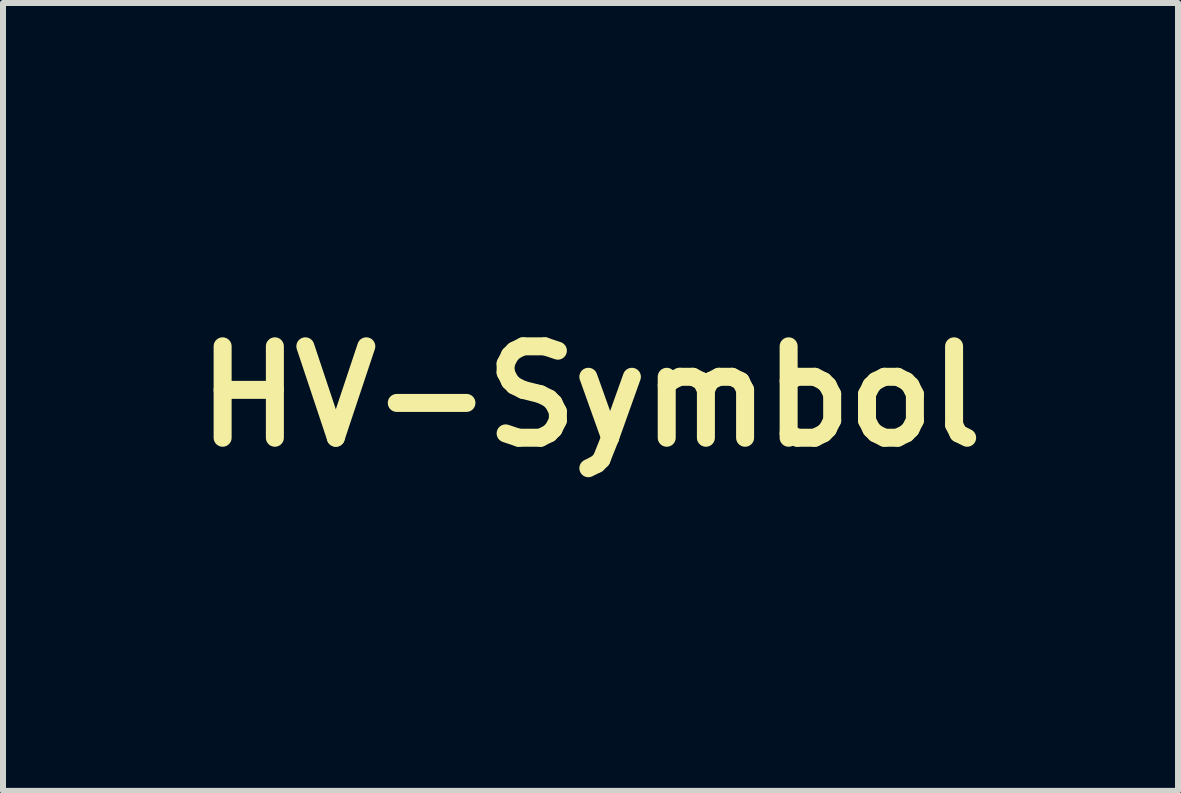
<source format=kicad_pcb>
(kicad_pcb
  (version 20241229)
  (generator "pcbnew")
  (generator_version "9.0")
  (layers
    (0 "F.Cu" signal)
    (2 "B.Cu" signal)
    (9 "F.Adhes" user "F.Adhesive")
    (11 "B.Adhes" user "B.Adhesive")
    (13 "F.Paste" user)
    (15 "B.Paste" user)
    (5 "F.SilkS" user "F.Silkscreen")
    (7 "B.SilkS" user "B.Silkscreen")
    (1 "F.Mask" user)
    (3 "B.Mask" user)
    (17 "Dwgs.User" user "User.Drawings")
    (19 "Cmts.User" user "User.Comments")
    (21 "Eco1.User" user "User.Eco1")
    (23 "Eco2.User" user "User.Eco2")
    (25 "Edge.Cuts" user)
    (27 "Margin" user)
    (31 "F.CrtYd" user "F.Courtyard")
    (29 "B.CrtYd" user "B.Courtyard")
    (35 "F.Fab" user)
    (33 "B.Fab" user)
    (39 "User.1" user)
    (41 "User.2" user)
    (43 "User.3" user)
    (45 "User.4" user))
  (footprint "HV-Symbol"
    (layer "F.Cu")
    (at 6.793 3.557)
    (property "Reference" "HV-Symbol" (at 0 0 0) (layer "F.SilkS") (effects (font (size 1.524 1.524) (thickness 0.3))))
    (attr through_hole)
    (fp_poly (pts (xy 0.068 -1.848) (xy 0.171 -1.846) (xy 0.252 -1.842) (xy 0.306 -1.838) (xy 0.325 -1.832) (xy 0.318 -1.811) (xy 0.298 -1.755) (xy 0.266 -1.668) (xy 0.224 -1.554) (xy 0.172 -1.418) (xy 0.113 -1.261) (xy 0.048 -1.089) (xy -0.022 -0.904) (xy -0.038 -0.862) (xy -0.109 -0.676) (xy -0.175 -0.501) (xy -0.235 -0.341) (xy -0.288 -0.201) (xy -0.331 -0.083) (xy -0.364 0.008) (xy -0.386 0.07) (xy -0.395 0.098) (xy -0.395 0.099) (xy -0.374 0.095) (xy -0.321 0.077) (xy -0.238 0.049) (xy -0.13 0.012) (xy -0.002 -0.033) (xy 0.141 -0.085) (xy 0.244 -0.122) (xy 0.395 -0.177) (xy 0.534 -0.226) (xy 0.656 -0.269) (xy 0.756 -0.303) (xy 0.83 -0.327) (xy 0.874 -0.341) (xy 0.884 -0.342) (xy 0.878 -0.322) (xy 0.856 -0.269) (xy 0.822 -0.184) (xy 0.775 -0.072) (xy 0.717 0.065) (xy 0.65 0.222) (xy 0.575 0.398) (xy 0.493 0.588) (xy 0.406 0.789) (xy 0.4 0.804) (xy -0.094 1.941) (xy 0.107 1.946) (xy 0.191 1.95) (xy 0.256 1.956) (xy 0.295 1.964) (xy 0.301 1.969) (xy 0.287 1.989) (xy 0.251 2.036) (xy 0.198 2.105) (xy 0.131 2.189) (xy 0.055 2.286) (xy -0.028 2.39) (xy -0.112 2.495) (xy -0.195 2.599) (xy -0.272 2.694) (xy -0.34 2.777) (xy -0.394 2.843) (xy -0.431 2.887) (xy -0.447 2.905) (xy -0.447 2.905) (xy -0.453 2.886) (xy -0.467 2.832) (xy -0.486 2.748) (xy -0.509 2.639) (xy -0.537 2.509) (xy -0.567 2.364) (xy -0.577 2.311) (xy -0.608 2.16) (xy -0.637 2.02) (xy -0.662 1.897) (xy -0.683 1.796) (xy -0.698 1.723) (xy -0.707 1.683) (xy -0.708 1.678) (xy -0.701 1.668) (xy -0.67 1.682) (xy -0.611 1.721) (xy -0.553 1.764) (xy -0.483 1.817) (xy -0.427 1.858) (xy -0.39 1.884) (xy -0.379 1.89) (xy -0.37 1.871) (xy -0.349 1.82) (xy -0.317 1.739) (xy -0.277 1.635) (xy -0.231 1.512) (xy -0.179 1.375) (xy -0.124 1.228) (xy -0.068 1.076) (xy -0.012 0.925) (xy 0.042 0.779) (xy 0.092 0.642) (xy 0.136 0.52) (xy 0.173 0.418) (xy 0.2 0.339) (xy 0.216 0.29) (xy 0.22 0.274) (xy 0.199 0.278) (xy 0.145 0.295) (xy 0.063 0.321) (xy -0.043 0.357) (xy -0.167 0.4) (xy -0.305 0.448) (xy -0.326 0.455) (xy -0.465 0.504) (xy -0.591 0.549) (xy -0.699 0.586) (xy -0.784 0.616) (xy -0.842 0.635) (xy -0.866 0.643) (xy -0.867 0.643) (xy -0.864 0.623) (xy -0.854 0.566) (xy -0.839 0.477) (xy -0.818 0.357) (xy -0.792 0.212) (xy -0.762 0.043) (xy -0.728 -0.145) (xy -0.692 -0.349) (xy -0.653 -0.565) (xy -0.648 -0.589) (xy -0.609 -0.807) (xy -0.572 -1.014) (xy -0.538 -1.205) (xy -0.507 -1.377) (xy -0.48 -1.527) (xy -0.458 -1.651) (xy -0.442 -1.745) (xy -0.431 -1.808) (xy -0.427 -1.833) (xy -0.427 -1.834) (xy -0.407 -1.839) (xy -0.354 -1.843) (xy -0.272 -1.846) (xy -0.169 -1.848) (xy -0.051 -1.849) (xy 0.068 -1.848)) (stroke (width 0.01) (type solid)) (fill yes) (layer "F.Mask"))
    (fp_poly (pts (xy 0.137 -3.543) (xy 0.253 -3.496) (xy 0.353 -3.414) (xy 0.364 -3.401) (xy 0.382 -3.375) (xy 0.417 -3.315) (xy 0.471 -3.224) (xy 0.54 -3.105) (xy 0.624 -2.959) (xy 0.722 -2.789) (xy 0.832 -2.597) (xy 0.953 -2.384) (xy 1.084 -2.154) (xy 1.224 -1.909) (xy 1.371 -1.65) (xy 1.525 -1.379) (xy 1.683 -1.1) (xy 1.845 -0.814) (xy 2.009 -0.523) (xy 2.175 -0.23) (xy 2.341 0.063) (xy 2.505 0.355) (xy 2.667 0.642) (xy 2.825 0.923) (xy 2.978 1.196) (xy 3.125 1.457) (xy 3.265 1.706) (xy 3.395 1.94) (xy 3.516 2.157) (xy 3.626 2.354) (xy 3.724 2.529) (xy 3.807 2.681) (xy 3.876 2.806) (xy 3.929 2.903) (xy 3.965 2.97) (xy 3.981 3.004) (xy 3.983 3.007) (xy 4.003 3.144) (xy 3.985 3.27) (xy 3.931 3.382) (xy 3.842 3.475) (xy 3.769 3.522) (xy 3.688 3.566) (xy 0.041 3.57) (xy -0.342 3.57) (xy -0.714 3.57) (xy -1.073 3.57) (xy -1.418 3.57) (xy -1.746 3.569) (xy -2.055 3.569) (xy -2.344 3.568) (xy -2.609 3.567) (xy -2.849 3.566) (xy -3.062 3.565) (xy -3.246 3.564) (xy -3.399 3.563) (xy -3.518 3.561) (xy -3.602 3.56) (xy -3.649 3.558) (xy -3.658 3.557) (xy -3.761 3.514) (xy -3.849 3.455) (xy -3.875 3.431) (xy -3.939 3.334) (xy -3.974 3.218) (xy -3.977 3.145) (xy -3.576 3.145) (xy -3.569 3.148) (xy -3.546 3.151) (xy -3.506 3.154) (xy -3.448 3.156) (xy -3.37 3.158) (xy -3.271 3.16) (xy -3.148 3.162) (xy -3.001 3.164) (xy -2.827 3.165) (xy -2.627 3.166) (xy -2.397 3.167) (xy -2.137 3.168) (xy -1.844 3.169) (xy -1.518 3.169) (xy -1.158 3.17) (xy -0.76 3.17) (xy -0.325 3.17) (xy 0.01 3.17) (xy 0.472 3.17) (xy 0.894 3.17) (xy 1.279 3.169) (xy 1.628 3.169) (xy 1.942 3.169) (xy 2.224 3.168) (xy 2.474 3.167) (xy 2.694 3.166) (xy 2.886 3.165) (xy 3.051 3.163) (xy 3.191 3.162) (xy 3.308 3.16) (xy 3.402 3.158) (xy 3.476 3.156) (xy 3.531 3.153) (xy 3.568 3.15) (xy 3.59 3.147) (xy 3.597 3.144) (xy 3.597 3.144) (xy 3.587 3.124) (xy 3.558 3.071) (xy 3.512 2.987) (xy 3.45 2.874) (xy 3.372 2.735) (xy 3.281 2.571) (xy 3.177 2.385) (xy 3.061 2.178) (xy 2.936 1.954) (xy 2.801 1.714) (xy 2.659 1.46) (xy 2.51 1.195) (xy 2.356 0.921) (xy 2.198 0.64) (xy 2.037 0.354) (xy 1.874 0.065) (xy 1.711 -0.224) (xy 1.549 -0.511) (xy 1.389 -0.795) (xy 1.233 -1.072) (xy 1.081 -1.342) (xy 0.935 -1.6) (xy 0.796 -1.847) (xy 0.665 -2.078) (xy 0.543 -2.293) (xy 0.432 -2.488) (xy 0.333 -2.662) (xy 0.248 -2.812) (xy 0.176 -2.937) (xy 0.121 -3.034) (xy 0.082 -3.101) (xy 0.061 -3.135) (xy 0.058 -3.139) (xy 0.033 -3.145) (xy 0.019 -3.129) (xy -0.004 -3.09) (xy -0.046 -3.018) (xy -0.105 -2.917) (xy -0.179 -2.789) (xy -0.268 -2.635) (xy -0.37 -2.459) (xy -0.484 -2.261) (xy -0.608 -2.045) (xy -0.742 -1.812) (xy -0.884 -1.564) (xy -1.033 -1.305) (xy -1.188 -1.035) (xy -1.347 -0.757) (xy -1.51 -0.474) (xy -1.674 -0.187) (xy -1.84 0.101) (xy -2.005 0.389) (xy -2.168 0.674) (xy -2.328 0.954) (xy -2.484 1.226) (xy -2.634 1.489) (xy -2.778 1.741) (xy -2.914 1.979) (xy -3.041 2.2) (xy -3.157 2.404) (xy -3.262 2.588) (xy -3.354 2.749) (xy -3.431 2.886) (xy -3.494 2.996) (xy -3.539 3.077) (xy -3.567 3.128) (xy -3.576 3.145) (xy -3.977 3.145) (xy -3.979 3.095) (xy -3.955 2.987) (xy -3.942 2.963) (xy -3.911 2.906) (xy -3.862 2.818) (xy -3.796 2.701) (xy -3.715 2.558) (xy -3.62 2.39) (xy -3.512 2.201) (xy -3.393 1.991) (xy -3.263 1.764) (xy -3.124 1.521) (xy -2.978 1.265) (xy -2.825 0.998) (xy -2.667 0.722) (xy -2.505 0.439) (xy -2.34 0.151) (xy -2.174 -0.139) (xy -2.007 -0.429) (xy -1.841 -0.718) (xy -1.678 -1.002) (xy -1.518 -1.28) (xy -1.363 -1.55) (xy -1.214 -1.808) (xy -1.073 -2.054) (xy -0.94 -2.285) (xy -0.816 -2.499) (xy -0.704 -2.693) (xy -0.604 -2.866) (xy -0.518 -3.015) (xy -0.446 -3.138) (xy -0.391 -3.232) (xy -0.352 -3.297) (xy -0.334 -3.327) (xy -0.242 -3.439) (xy -0.136 -3.512) (xy -0.017 -3.549) (xy 0.008 -3.552) (xy 0.137 -3.543)) (stroke (width 0.01) (type solid)) (fill yes) (layer "F.Mask")))
  (gr_rect
    (start -3 -3)
    (end 16.585 10.132)
    (stroke (width 0.1) (type default))
    (fill no)
    (layer "Edge.Cuts")))
</source>
